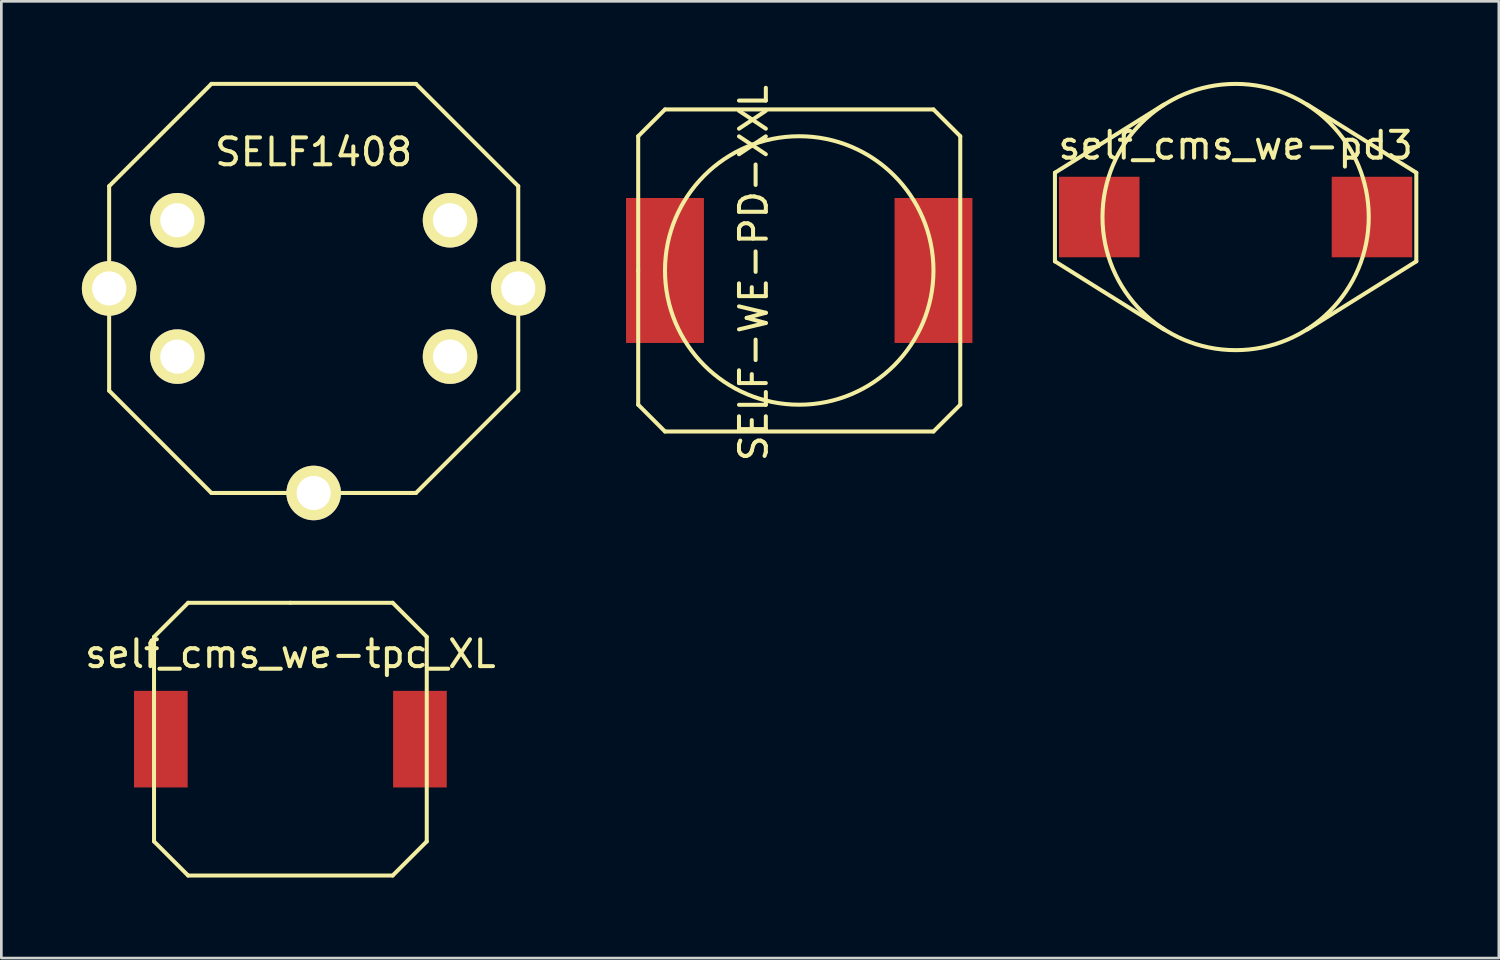
<source format=kicad_pcb>
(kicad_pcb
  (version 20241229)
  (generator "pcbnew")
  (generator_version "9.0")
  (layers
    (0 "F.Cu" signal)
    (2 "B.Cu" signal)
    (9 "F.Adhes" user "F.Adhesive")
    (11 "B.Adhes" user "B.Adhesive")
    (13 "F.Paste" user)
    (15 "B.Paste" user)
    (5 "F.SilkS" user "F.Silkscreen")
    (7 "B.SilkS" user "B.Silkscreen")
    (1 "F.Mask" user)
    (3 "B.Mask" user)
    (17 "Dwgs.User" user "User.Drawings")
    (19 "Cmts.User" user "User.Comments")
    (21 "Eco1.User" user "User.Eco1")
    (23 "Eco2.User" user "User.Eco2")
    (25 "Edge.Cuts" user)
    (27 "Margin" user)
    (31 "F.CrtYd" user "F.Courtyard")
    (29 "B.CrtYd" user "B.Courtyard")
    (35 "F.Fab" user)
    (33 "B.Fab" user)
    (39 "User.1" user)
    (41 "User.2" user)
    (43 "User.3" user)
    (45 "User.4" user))
  (footprint "self_cms_we-pd3"
    (layer "F.Cu")
    (at 42.981 5.035)
    (property "Reference" "self_cms_we-pd3" (at 0 -2.667 0) (layer "F.SilkS") (effects (font (size 1 1) (thickness 0.15))))
    (attr smd)
    (fp_line (start -6.731 -1.651) (end -6.731 1.651) (stroke (width 0.15) (type solid)) (layer "F.SilkS"))
    (fp_line (start -6.731 -1.651) (end -2.667 -4.191) (stroke (width 0.15) (type solid)) (layer "F.SilkS"))
    (fp_line (start -6.731 1.651) (end -2.667 4.191) (stroke (width 0.15) (type solid)) (layer "F.SilkS"))
    (fp_line (start 6.731 -1.651) (end 2.667 -4.191) (stroke (width 0.15) (type solid)) (layer "F.SilkS"))
    (fp_line (start 6.731 -1.651) (end 6.731 1.651) (stroke (width 0.15) (type solid)) (layer "F.SilkS"))
    (fp_line (start 6.731 1.651) (end 2.667 4.191) (stroke (width 0.15) (type solid)) (layer "F.SilkS"))
    (fp_circle (center 0 0) (end 0.254 -4.953) (stroke (width 0.15) (type solid)) (fill no) (layer "F.SilkS"))
    (pad "1" smd rect (at -5.08 0) (size 3 3) (layers "F.Cu" "F.Mask" "F.Paste"))
    (pad "2" smd rect (at 5.08 0) (size 3 3) (layers "F.Cu" "F.Mask" "F.Paste")))
  (footprint "SELF-WE-PD-XXL"
    (layer "F.Cu")
    (at 26.724 7.026)
    (property "Reference" "SELF-WE-PD-XXL" (at -1.699 0.099 90) (layer "F.SilkS") (effects (font (size 1 1) (thickness 0.15))))
    (attr smd)
    (fp_line (start -5.999 -5.001) (end -5.001 -5.999) (stroke (width 0.15) (type solid)) (layer "F.SilkS"))
    (fp_line (start -5.999 0) (end -5.999 -5.001) (stroke (width 0.15) (type solid)) (layer "F.SilkS"))
    (fp_line (start -5.999 5.001) (end -5.999 0) (stroke (width 0.15) (type solid)) (layer "F.SilkS"))
    (fp_line (start -5.001 -5.999) (end 5.001 -5.999) (stroke (width 0.15) (type solid)) (layer "F.SilkS"))
    (fp_line (start -5.001 5.999) (end -5.999 5.001) (stroke (width 0.15) (type solid)) (layer "F.SilkS"))
    (fp_line (start 5.001 -5.999) (end 5.999 -5.001) (stroke (width 0.15) (type solid)) (layer "F.SilkS"))
    (fp_line (start 5.001 5.999) (end -5.001 5.999) (stroke (width 0.15) (type solid)) (layer "F.SilkS"))
    (fp_line (start 5.999 -5.001) (end 5.999 5.001) (stroke (width 0.15) (type solid)) (layer "F.SilkS"))
    (fp_line (start 5.999 5.001) (end 5.001 5.999) (stroke (width 0.15) (type solid)) (layer "F.SilkS"))
    (fp_circle (center 0 0) (end 0 -5.001) (stroke (width 0.15) (type solid)) (fill no) (layer "F.SilkS"))
    (fp_text user "" (at 0 0 0) (layer "F.SilkS") (effects (font (size 1 1) (thickness 0.15))))
    (fp_text user "" (at 0 0 0) (layer "F.SilkS") (effects (font (size 1 1) (thickness 0.15))))
    (pad "1" smd rect (at -5.001 0) (size 2.901 5.4) (layers "F.Cu" "F.Mask" "F.Paste"))
    (pad "2" smd rect (at 5.001 0) (size 2.901 5.4) (layers "F.Cu" "F.Mask" "F.Paste")))
  (footprint "self_cms_we-tpc_XL"
    (layer "F.Cu")
    (at 7.768 24.486)
    (property "Reference" "self_cms_we-tpc_XL" (at 0 -3.175 0) (layer "F.SilkS") (effects (font (size 1 1) (thickness 0.15))))
    (attr smd)
    (fp_line (start -5.08 -3.81) (end -3.81 -5.08) (stroke (width 0.15) (type solid)) (layer "F.SilkS"))
    (fp_line (start -5.08 3.81) (end -5.08 -3.81) (stroke (width 0.15) (type solid)) (layer "F.SilkS"))
    (fp_line (start -3.81 -5.08) (end 0 -5.08) (stroke (width 0.15) (type solid)) (layer "F.SilkS"))
    (fp_line (start -3.81 5.08) (end -5.08 3.81) (stroke (width 0.15) (type solid)) (layer "F.SilkS"))
    (fp_line (start 0 -5.08) (end 3.81 -5.08) (stroke (width 0.15) (type solid)) (layer "F.SilkS"))
    (fp_line (start 3.81 -5.08) (end 5.08 -3.81) (stroke (width 0.15) (type solid)) (layer "F.SilkS"))
    (fp_line (start 3.81 5.08) (end -3.81 5.08) (stroke (width 0.15) (type solid)) (layer "F.SilkS"))
    (fp_line (start 5.08 -3.81) (end 5.08 3.81) (stroke (width 0.15) (type solid)) (layer "F.SilkS"))
    (fp_line (start 5.08 3.81) (end 3.81 5.08) (stroke (width 0.15) (type solid)) (layer "F.SilkS"))
    (fp_text user "" (at 0 0 0) (layer "F.SilkS") (effects (font (size 1 1) (thickness 0.15))))
    (fp_text user "" (at 0 0 0) (layer "F.SilkS") (effects (font (size 1 1) (thickness 0.15))))
    (pad "1" smd rect (at -4.826 0) (size 1.999 3.599) (layers "F.Cu" "F.Mask" "F.Paste"))
    (pad "2" smd rect (at 4.826 0) (size 1.999 3.599) (layers "F.Cu" "F.Mask" "F.Paste")))
  (footprint "SELF1408"
    (layer "F.Cu")
    (at 8.636 7.695)
    (property "Reference" "SELF1408" (at 0 -5.08 0) (layer "F.SilkS") (effects (font (size 1 1) (thickness 0.15))))
    (attr through_hole)
    (fp_line (start -7.62 -3.81) (end -7.62 3.81) (stroke (width 0.15) (type solid)) (layer "F.SilkS"))
    (fp_line (start -7.62 3.81) (end -3.81 7.62) (stroke (width 0.15) (type solid)) (layer "F.SilkS"))
    (fp_line (start -3.81 -7.62) (end -7.62 -3.81) (stroke (width 0.15) (type solid)) (layer "F.SilkS"))
    (fp_line (start -3.81 7.62) (end 3.81 7.62) (stroke (width 0.15) (type solid)) (layer "F.SilkS"))
    (fp_line (start 3.81 -7.62) (end -3.81 -7.62) (stroke (width 0.15) (type solid)) (layer "F.SilkS"))
    (fp_line (start 3.81 7.62) (end 7.62 3.81) (stroke (width 0.15) (type solid)) (layer "F.SilkS"))
    (fp_line (start 7.62 -3.81) (end 3.81 -7.62) (stroke (width 0.15) (type solid)) (layer "F.SilkS"))
    (fp_line (start 7.62 3.81) (end 7.62 -3.81) (stroke (width 0.15) (type solid)) (layer "F.SilkS"))
    (pad "0" thru_hole circle (at 0 7.62) (size 2.032 2.032) (drill 1.27) (layers "*.Cu" "*.Mask" "F.SilkS"))
    (pad "1" thru_hole circle (at -7.62 0) (size 2.032 2.032) (drill 1.27) (layers "*.Cu" "*.Mask" "F.SilkS"))
    (pad "1" thru_hole circle (at -5.08 -2.54) (size 2.032 2.032) (drill 1.27) (layers "*.Cu" "*.Mask" "F.SilkS"))
    (pad "1" thru_hole circle (at -5.08 2.54) (size 2.032 2.032) (drill 1.27) (layers "*.Cu" "*.Mask" "F.SilkS"))
    (pad "2" thru_hole circle (at 5.08 -2.54) (size 2.032 2.032) (drill 1.27) (layers "*.Cu" "*.Mask" "F.SilkS"))
    (pad "2" thru_hole circle (at 5.08 2.54) (size 2.032 2.032) (drill 1.27) (layers "*.Cu" "*.Mask" "F.SilkS"))
    (pad "2" thru_hole circle (at 7.62 0) (size 2.032 2.032) (drill 1.27) (layers "*.Cu" "*.Mask" "F.SilkS")))
  (gr_rect
    (start -3 -3)
    (end 52.787 32.641)
    (stroke (width 0.1) (type default))
    (fill no)
    (layer "Edge.Cuts")))
</source>
